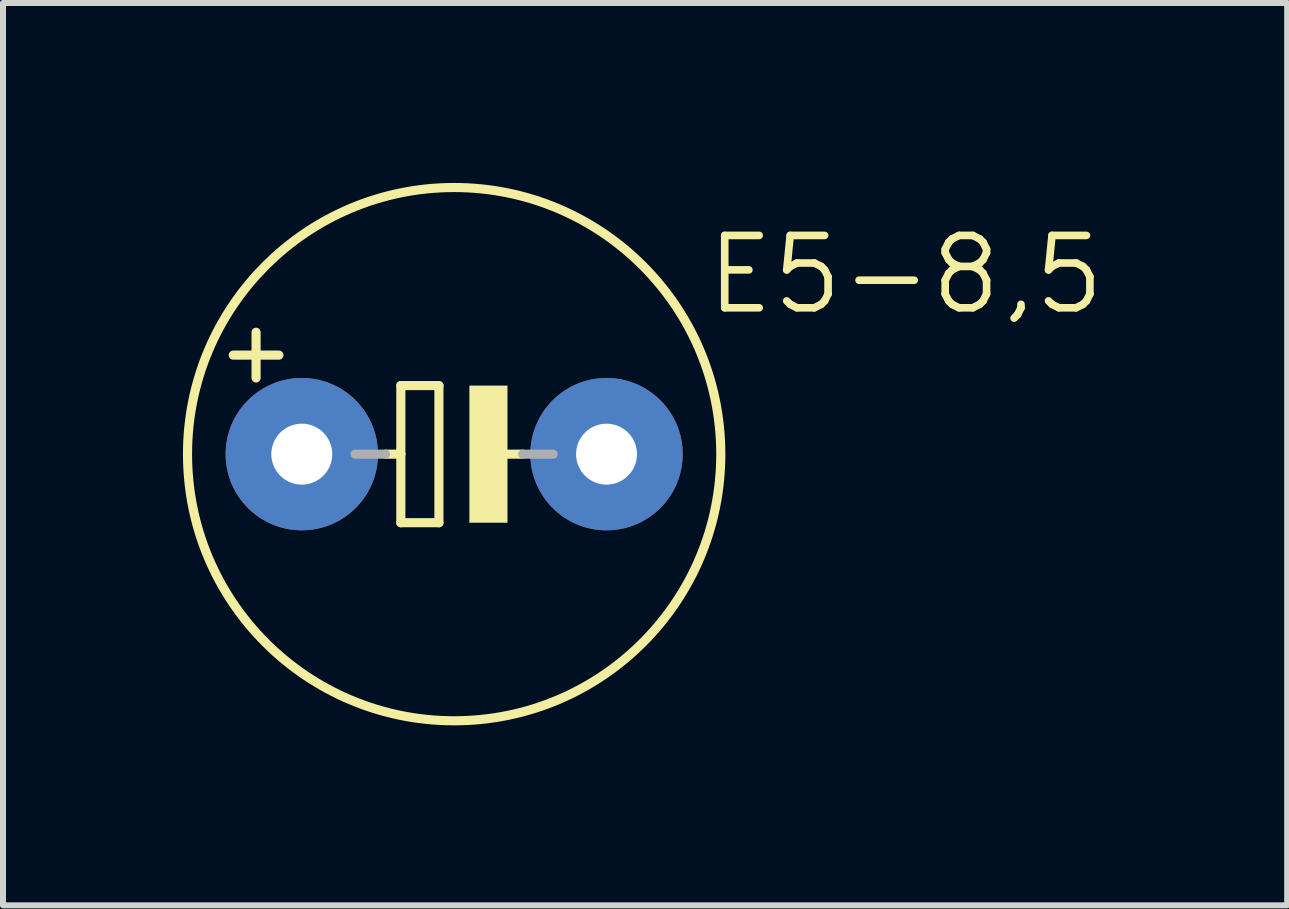
<source format=kicad_pcb>
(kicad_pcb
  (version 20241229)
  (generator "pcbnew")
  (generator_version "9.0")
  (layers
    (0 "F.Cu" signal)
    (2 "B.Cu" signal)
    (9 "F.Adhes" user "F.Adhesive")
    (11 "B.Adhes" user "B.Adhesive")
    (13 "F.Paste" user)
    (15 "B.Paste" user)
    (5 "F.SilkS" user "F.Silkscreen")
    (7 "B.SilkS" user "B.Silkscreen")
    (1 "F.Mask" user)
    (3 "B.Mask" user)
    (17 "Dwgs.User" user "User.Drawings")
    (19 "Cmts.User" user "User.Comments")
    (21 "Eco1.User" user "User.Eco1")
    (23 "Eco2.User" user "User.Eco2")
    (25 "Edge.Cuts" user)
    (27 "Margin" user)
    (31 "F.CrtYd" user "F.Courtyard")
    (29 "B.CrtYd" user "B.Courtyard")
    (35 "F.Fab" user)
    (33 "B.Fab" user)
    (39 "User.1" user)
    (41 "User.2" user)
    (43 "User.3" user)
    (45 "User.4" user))
  (footprint "E5-8,5"
    (layer "F.Cu")
    (at 4.521 4.521)
    (property "Reference" "E5-8,5" (at 4.14 -2.286 0) (layer "F.SilkS") (effects (font (size 1.206 1.206) (thickness 0.127)) (justify left bottom)))
    (attr through_hole)
    (fp_line (start -3.683 -1.651) (end -2.921 -1.651) (stroke (width 0.152) (type solid)) (layer "F.SilkS"))
    (fp_line (start -3.302 -2.032) (end -3.302 -1.27) (stroke (width 0.152) (type solid)) (layer "F.SilkS"))
    (fp_line (start -1.143 0) (end -0.889 0) (stroke (width 0.152) (type solid)) (layer "F.SilkS"))
    (fp_line (start -0.889 -1.143) (end -0.889 0) (stroke (width 0.152) (type solid)) (layer "F.SilkS"))
    (fp_line (start -0.889 0) (end -0.889 1.143) (stroke (width 0.152) (type solid)) (layer "F.SilkS"))
    (fp_line (start -0.889 1.143) (end -0.254 1.143) (stroke (width 0.152) (type solid)) (layer "F.SilkS"))
    (fp_line (start -0.254 -1.143) (end -0.889 -1.143) (stroke (width 0.152) (type solid)) (layer "F.SilkS"))
    (fp_line (start -0.254 1.143) (end -0.254 -1.143) (stroke (width 0.152) (type solid)) (layer "F.SilkS"))
    (fp_line (start 0.635 0) (end 1.143 0) (stroke (width 0.152) (type solid)) (layer "F.SilkS"))
    (fp_circle (center 0 0) (end 4.445 0) (stroke (width 0.152) (type solid)) (fill no) (layer "F.SilkS"))
    (fp_poly (pts (xy 0.254 1.143) (xy 0.889 1.143) (xy 0.889 -1.143) (xy 0.254 -1.143)) (stroke (width 0) (type solid)) (fill yes) (layer "F.SilkS"))
    (fp_line (start -1.651 0) (end -1.143 0) (stroke (width 0.152) (type solid)) (layer "F.Fab"))
    (fp_line (start 1.143 0) (end 1.651 0) (stroke (width 0.152) (type solid)) (layer "F.Fab"))
    (pad "+" thru_hole circle (at -2.54 0) (size 2.54 2.54) (drill 1.016) (layers "*.Cu" "*.Mask"))
    (pad "-" thru_hole circle (at 2.54 0) (size 2.54 2.54) (drill 1.016) (layers "*.Cu" "*.Mask")))
  (gr_rect
    (start -3 -3)
    (end 18.408 12.042)
    (stroke (width 0.1) (type default))
    (fill no)
    (layer "Edge.Cuts")))
</source>
